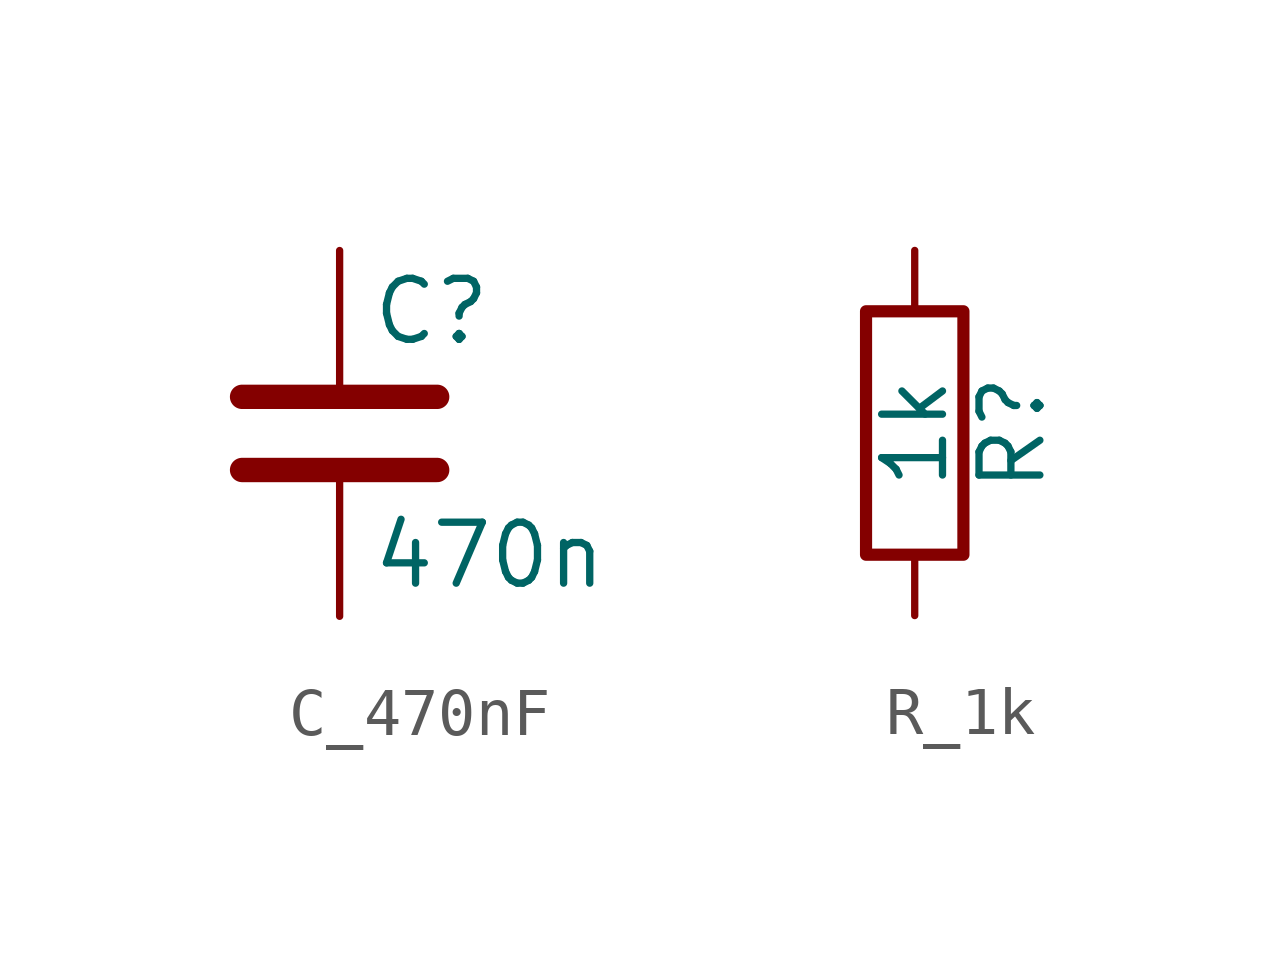
<source format=kicad_sym>
(kicad_symbol_lib
  (version 20241209)
  (generator "kicad_symbol_editor")
  (generator_version "9.0")
  (symbol "C_470nF"
    (pin_numbers
      (hide yes))
    (pin_names
      (offset 0.254))
    (property "Reference" "C"
      (at 0.635 2.54 0)
      (effects (font (size 1.27 1.27)) (justify left)))
    (property "Value" "470n"
      (at 0.635 -2.54 0)
      (effects (font (size 1.27 1.27)) (justify left)))
    (symbol "C_470nF_0_1"
      (polyline (pts (xy -2.032 0.762) (xy 2.032 0.762)) (stroke (width 0.508) (type default)) (fill (type none)))
      (polyline (pts (xy -2.032 -0.762) (xy 2.032 -0.762)) (stroke (width 0.508) (type default)) (fill (type none))))
    (symbol "C_470nF_1_1"
      (pin passive line (at 0 3.81 270) (length 2.794) (name "~" (effects (font (size 1.27 1.27)))) (number "1" (effects (font (size 1.27 1.27)))))
      (pin passive line (at 0 -3.81 90) (length 2.794) (name "~" (effects (font (size 1.27 1.27)))) (number "2" (effects (font (size 1.27 1.27)))))))
  (symbol "R_1k"
    (pin_numbers
      (hide yes))
    (pin_names
      (offset 0))
    (property "Reference" "R"
      (at 2.032 0 90)
      (effects (font (size 1.27 1.27))))
    (property "Value" "1k"
      (at 0 0 90)
      (effects (font (size 1.27 1.27))))
    (symbol "R_1k_0_1"
      (rectangle (start -1.016 -2.54) (end 1.016 2.54) (stroke (width 0.254) (type default)) (fill (type none))))
    (symbol "R_1k_1_1"
      (pin passive line (at 0 3.81 270) (length 1.27) (name "~" (effects (font (size 1.27 1.27)))) (number "1" (effects (font (size 1.27 1.27)))))
      (pin passive line (at 0 -3.81 90) (length 1.27) (name "~" (effects (font (size 1.27 1.27)))) (number "2" (effects (font (size 1.27 1.27))))))))
</source>
